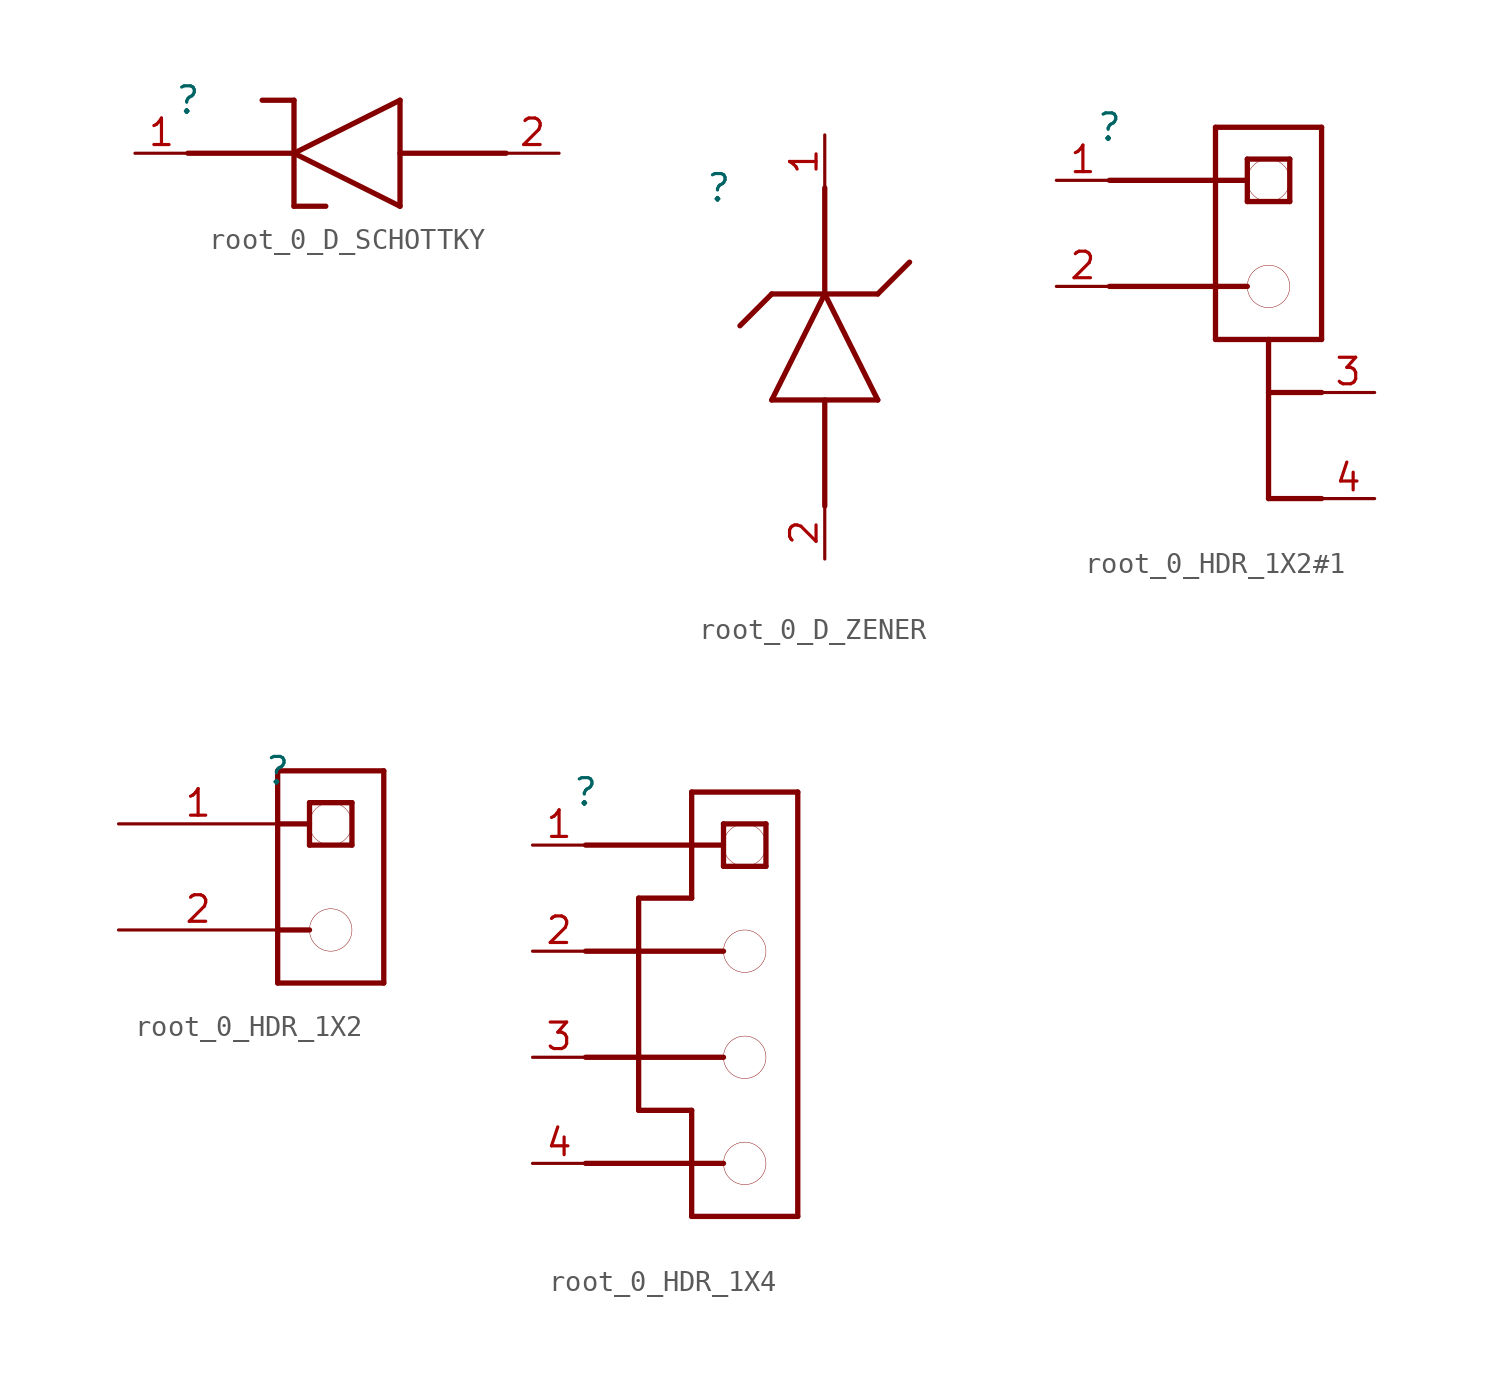
<source format=kicad_sym>
(kicad_symbol_lib
  (version 20220914)
  (generator kicad_symbol_editor)
  (symbol "root_0_D_SCHOTTKY"
    (property "Reference" ""
      (at 0 0 0)
      (effects (font (size 1.27 1.27))))
    (property "Value" ""
      (at 0 0 0)
      (effects (font (size 1.27 1.27))))
    (symbol "root_0_D_SCHOTTKY_1_0"
      (polyline (pts (xy 0 -2.54) (xy 5.08 -2.54)) (stroke (width 0.254) (type solid)) (fill (type none)))
      (polyline (pts (xy 3.556 0) (xy 5.08 0)) (stroke (width 0.254) (type solid)) (fill (type none)))
      (polyline (pts (xy 5.08 -5.08) (xy 5.08 0)) (stroke (width 0.254) (type solid)) (fill (type none)))
      (polyline (pts (xy 6.604 -5.08) (xy 5.08 -5.08)) (stroke (width 0.254) (type solid)) (fill (type none)))
      (polyline (pts (xy 10.16 -5.08) (xy 5.08 -2.54)) (stroke (width 0.254) (type solid)) (fill (type none)))
      (polyline (pts (xy 10.16 -5.08) (xy 10.16 0)) (stroke (width 0.254) (type solid)) (fill (type none)))
      (polyline (pts (xy 10.16 -2.54) (xy 15.24 -2.54)) (stroke (width 0.254) (type solid)) (fill (type none)))
      (polyline (pts (xy 10.16 0) (xy 5.08 -2.54)) (stroke (width 0.254) (type solid)) (fill (type none)))
      (pin bidirectional line (at -2.54 -2.54 0) (length 2.54) (name "K" (effects (font (size 0 0)))) (number "1" (effects (font (size 1.27 1.27)))))
      (pin bidirectional line (at 17.78 -2.54 180) (length 2.54) (name "A" (effects (font (size 0 0)))) (number "2" (effects (font (size 1.27 1.27)))))))
  (symbol "root_0_D_ZENER"
    (property "Reference" ""
      (at 0 0 0)
      (effects (font (size 1.27 1.27))))
    (property "Value" ""
      (at 0 0 0)
      (effects (font (size 1.27 1.27))))
    (symbol "root_0_D_ZENER_1_0"
      (polyline (pts (xy 2.54 -10.16) (xy 5.08 -5.08)) (stroke (width 0.254) (type solid)) (fill (type none)))
      (polyline (pts (xy 2.54 -5.08) (xy 1.016 -6.604)) (stroke (width 0.254) (type solid)) (fill (type none)))
      (polyline (pts (xy 2.54 -5.08) (xy 7.62 -5.08)) (stroke (width 0.254) (type solid)) (fill (type none)))
      (polyline (pts (xy 5.08 -10.16) (xy 5.08 -15.24)) (stroke (width 0.254) (type solid)) (fill (type none)))
      (polyline (pts (xy 5.08 0) (xy 5.08 -5.08)) (stroke (width 0.254) (type solid)) (fill (type none)))
      (polyline (pts (xy 7.62 -10.16) (xy 2.54 -10.16)) (stroke (width 0.254) (type solid)) (fill (type none)))
      (polyline (pts (xy 7.62 -10.16) (xy 5.08 -5.08)) (stroke (width 0.254) (type solid)) (fill (type none)))
      (polyline (pts (xy 7.62 -5.08) (xy 9.144 -3.556)) (stroke (width 0.254) (type solid)) (fill (type none)))
      (pin bidirectional line (at 5.08 2.54 270) (length 2.54) (name "K" (effects (font (size 0 0)))) (number "1" (effects (font (size 1.27 1.27)))))
      (pin bidirectional line (at 5.08 -17.78 90) (length 2.54) (name "A" (effects (font (size 0 0)))) (number "2" (effects (font (size 1.27 1.27)))))))
  (symbol "root_0_HDR_1X2#1"
    (property "Reference" ""
      (at 0 0 0)
      (effects (font (size 1.27 1.27))))
    (property "Value" ""
      (at 0 0 0)
      (effects (font (size 1.27 1.27))))
    (symbol "root_0_HDR_1X2#1_1_0"
      (polyline (pts (xy 0 -7.62) (xy 6.604 -7.62)) (stroke (width 0.254) (type solid)) (fill (type none)))
      (polyline (pts (xy 0 -2.54) (xy 6.604 -2.54)) (stroke (width 0.254) (type solid)) (fill (type none)))
      (polyline (pts (xy 5.08 -10.16) (xy 10.16 -10.16)) (stroke (width 0.254) (type solid)) (fill (type none)))
      (polyline (pts (xy 5.08 0) (xy 5.08 -10.16)) (stroke (width 0.254) (type solid)) (fill (type none)))
      (polyline (pts (xy 6.604 -3.556) (xy 6.604 -1.524)) (stroke (width 0.254) (type solid)) (fill (type none)))
      (polyline (pts (xy 6.604 -3.556) (xy 8.636 -3.556)) (stroke (width 0.254) (type solid)) (fill (type none)))
      (polyline (pts (xy 7.62 -17.78) (xy 7.62 -10.16)) (stroke (width 0.254) (type solid)) (fill (type none)))
      (polyline (pts (xy 7.62 -17.78) (xy 10.16 -17.78)) (stroke (width 0.254) (type solid)) (fill (type none)))
      (polyline (pts (xy 7.62 -12.7) (xy 10.16 -12.7)) (stroke (width 0.254) (type solid)) (fill (type none)))
      (polyline (pts (xy 8.636 -3.556) (xy 8.636 -1.524)) (stroke (width 0.254) (type solid)) (fill (type none)))
      (polyline (pts (xy 8.636 -1.524) (xy 6.604 -1.524)) (stroke (width 0.254) (type solid)) (fill (type none)))
      (polyline (pts (xy 10.16 -10.16) (xy 10.16 0)) (stroke (width 0.254) (type solid)) (fill (type none)))
      (polyline (pts (xy 10.16 0) (xy 5.08 0)) (stroke (width 0.254) (type solid)) (fill (type none)))
      (circle (center 7.62 -7.62) (radius 1.016) (stroke (width 0.0001) (type solid)) (fill (type none)))
      (circle (center 7.62 -2.54) (radius 1.016) (stroke (width 0.0001) (type solid)) (fill (type none)))
      (pin bidirectional line (at -2.54 -2.54 0) (length 2.54) (name "1" (effects (font (size 0 0)))) (number "1" (effects (font (size 1.27 1.27)))))
      (pin bidirectional line (at -2.54 -7.62 0) (length 2.54) (name "2" (effects (font (size 0 0)))) (number "2" (effects (font (size 1.27 1.27)))))
      (pin bidirectional line (at 12.7 -12.7 180) (length 2.54) (name "MNT1" (effects (font (size 0 0)))) (number "3" (effects (font (size 1.27 1.27)))))
      (pin bidirectional line (at 12.7 -17.78 180) (length 2.54) (name "MNT2" (effects (font (size 0 0)))) (number "4" (effects (font (size 1.27 1.27)))))))
  (symbol "root_0_HDR_1X2"
    (property "Reference" ""
      (at 0 0 0)
      (effects (font (size 1.27 1.27))))
    (property "Value" ""
      (at 0 0 0)
      (effects (font (size 1.27 1.27))))
    (symbol "root_0_HDR_1X2_1_0"
      (polyline (pts (xy 0 -10.16) (xy 5.08 -10.16)) (stroke (width 0.254) (type solid)) (fill (type none)))
      (polyline (pts (xy 0 -7.62) (xy 1.524 -7.62)) (stroke (width 0.254) (type solid)) (fill (type none)))
      (polyline (pts (xy 0 -2.54) (xy 1.524 -2.54)) (stroke (width 0.254) (type solid)) (fill (type none)))
      (polyline (pts (xy 0 0) (xy 0 -10.16)) (stroke (width 0.254) (type solid)) (fill (type none)))
      (polyline (pts (xy 1.524 -3.556) (xy 3.556 -3.556)) (stroke (width 0.254) (type solid)) (fill (type none)))
      (polyline (pts (xy 1.524 -1.524) (xy 1.524 -3.556)) (stroke (width 0.254) (type solid)) (fill (type none)))
      (polyline (pts (xy 3.556 -3.556) (xy 3.556 -1.524)) (stroke (width 0.254) (type solid)) (fill (type none)))
      (polyline (pts (xy 3.556 -1.524) (xy 1.524 -1.524)) (stroke (width 0.254) (type solid)) (fill (type none)))
      (polyline (pts (xy 5.08 -10.16) (xy 5.08 0)) (stroke (width 0.254) (type solid)) (fill (type none)))
      (polyline (pts (xy 5.08 0) (xy 0 0)) (stroke (width 0.254) (type solid)) (fill (type none)))
      (circle (center 2.54 -7.62) (radius 1.016) (stroke (width 0.0001) (type solid)) (fill (type none)))
      (circle (center 2.54 -2.54) (radius 1.016) (stroke (width 0.0001) (type solid)) (fill (type none)))
      (pin bidirectional line (at -7.62 -2.54 0) (length 7.62) (name "1" (effects (font (size 0 0)))) (number "1" (effects (font (size 1.27 1.27)))))
      (pin bidirectional line (at -7.62 -7.62 0) (length 7.62) (name "2" (effects (font (size 0 0)))) (number "2" (effects (font (size 1.27 1.27)))))))
  (symbol "root_0_HDR_1X4"
    (property "Reference" ""
      (at 0 0 0)
      (effects (font (size 1.27 1.27))))
    (property "Value" ""
      (at 0 0 0)
      (effects (font (size 1.27 1.27))))
    (symbol "root_0_HDR_1X4_1_0"
      (polyline (pts (xy 0 -17.78) (xy 6.604 -17.78)) (stroke (width 0.254) (type solid)) (fill (type none)))
      (polyline (pts (xy 0 -12.7) (xy 6.604 -12.7)) (stroke (width 0.254) (type solid)) (fill (type none)))
      (polyline (pts (xy 0 -7.62) (xy 6.604 -7.62)) (stroke (width 0.254) (type solid)) (fill (type none)))
      (polyline (pts (xy 0 -2.54) (xy 6.604 -2.54)) (stroke (width 0.254) (type solid)) (fill (type none)))
      (polyline (pts (xy 2.54 -15.24) (xy 5.08 -15.24)) (stroke (width 0.254) (type solid)) (fill (type none)))
      (polyline (pts (xy 2.54 -5.08) (xy 2.54 -15.24)) (stroke (width 0.254) (type solid)) (fill (type none)))
      (polyline (pts (xy 5.08 -20.32) (xy 10.16 -20.32)) (stroke (width 0.254) (type solid)) (fill (type none)))
      (polyline (pts (xy 5.08 -15.24) (xy 5.08 -20.32)) (stroke (width 0.254) (type solid)) (fill (type none)))
      (polyline (pts (xy 5.08 -5.08) (xy 2.54 -5.08)) (stroke (width 0.254) (type solid)) (fill (type none)))
      (polyline (pts (xy 5.08 0) (xy 5.08 -5.08)) (stroke (width 0.254) (type solid)) (fill (type none)))
      (polyline (pts (xy 6.604 -3.556) (xy 8.636 -3.556)) (stroke (width 0.254) (type solid)) (fill (type none)))
      (polyline (pts (xy 6.604 -1.524) (xy 6.604 -3.556)) (stroke (width 0.254) (type solid)) (fill (type none)))
      (polyline (pts (xy 8.636 -3.556) (xy 8.636 -1.524)) (stroke (width 0.254) (type solid)) (fill (type none)))
      (polyline (pts (xy 8.636 -1.524) (xy 6.604 -1.524)) (stroke (width 0.254) (type solid)) (fill (type none)))
      (polyline (pts (xy 10.16 -20.32) (xy 10.16 0)) (stroke (width 0.254) (type solid)) (fill (type none)))
      (polyline (pts (xy 10.16 0) (xy 5.08 0)) (stroke (width 0.254) (type solid)) (fill (type none)))
      (circle (center 7.62 -17.78) (radius 1.016) (stroke (width 0.0001) (type solid)) (fill (type none)))
      (circle (center 7.62 -12.7) (radius 1.016) (stroke (width 0.0001) (type solid)) (fill (type none)))
      (circle (center 7.62 -7.62) (radius 1.016) (stroke (width 0.0001) (type solid)) (fill (type none)))
      (circle (center 7.62 -2.54) (radius 1.016) (stroke (width 0.0001) (type solid)) (fill (type none)))
      (pin bidirectional line (at -2.54 -2.54 0) (length 2.54) (name "1" (effects (font (size 0 0)))) (number "1" (effects (font (size 1.27 1.27)))))
      (pin bidirectional line (at -2.54 -7.62 0) (length 2.54) (name "2" (effects (font (size 0 0)))) (number "2" (effects (font (size 1.27 1.27)))))
      (pin bidirectional line (at -2.54 -12.7 0) (length 2.54) (name "3" (effects (font (size 0 0)))) (number "3" (effects (font (size 1.27 1.27)))))
      (pin bidirectional line (at -2.54 -17.78 0) (length 2.54) (name "4" (effects (font (size 0 0)))) (number "4" (effects (font (size 1.27 1.27))))))))
</source>
